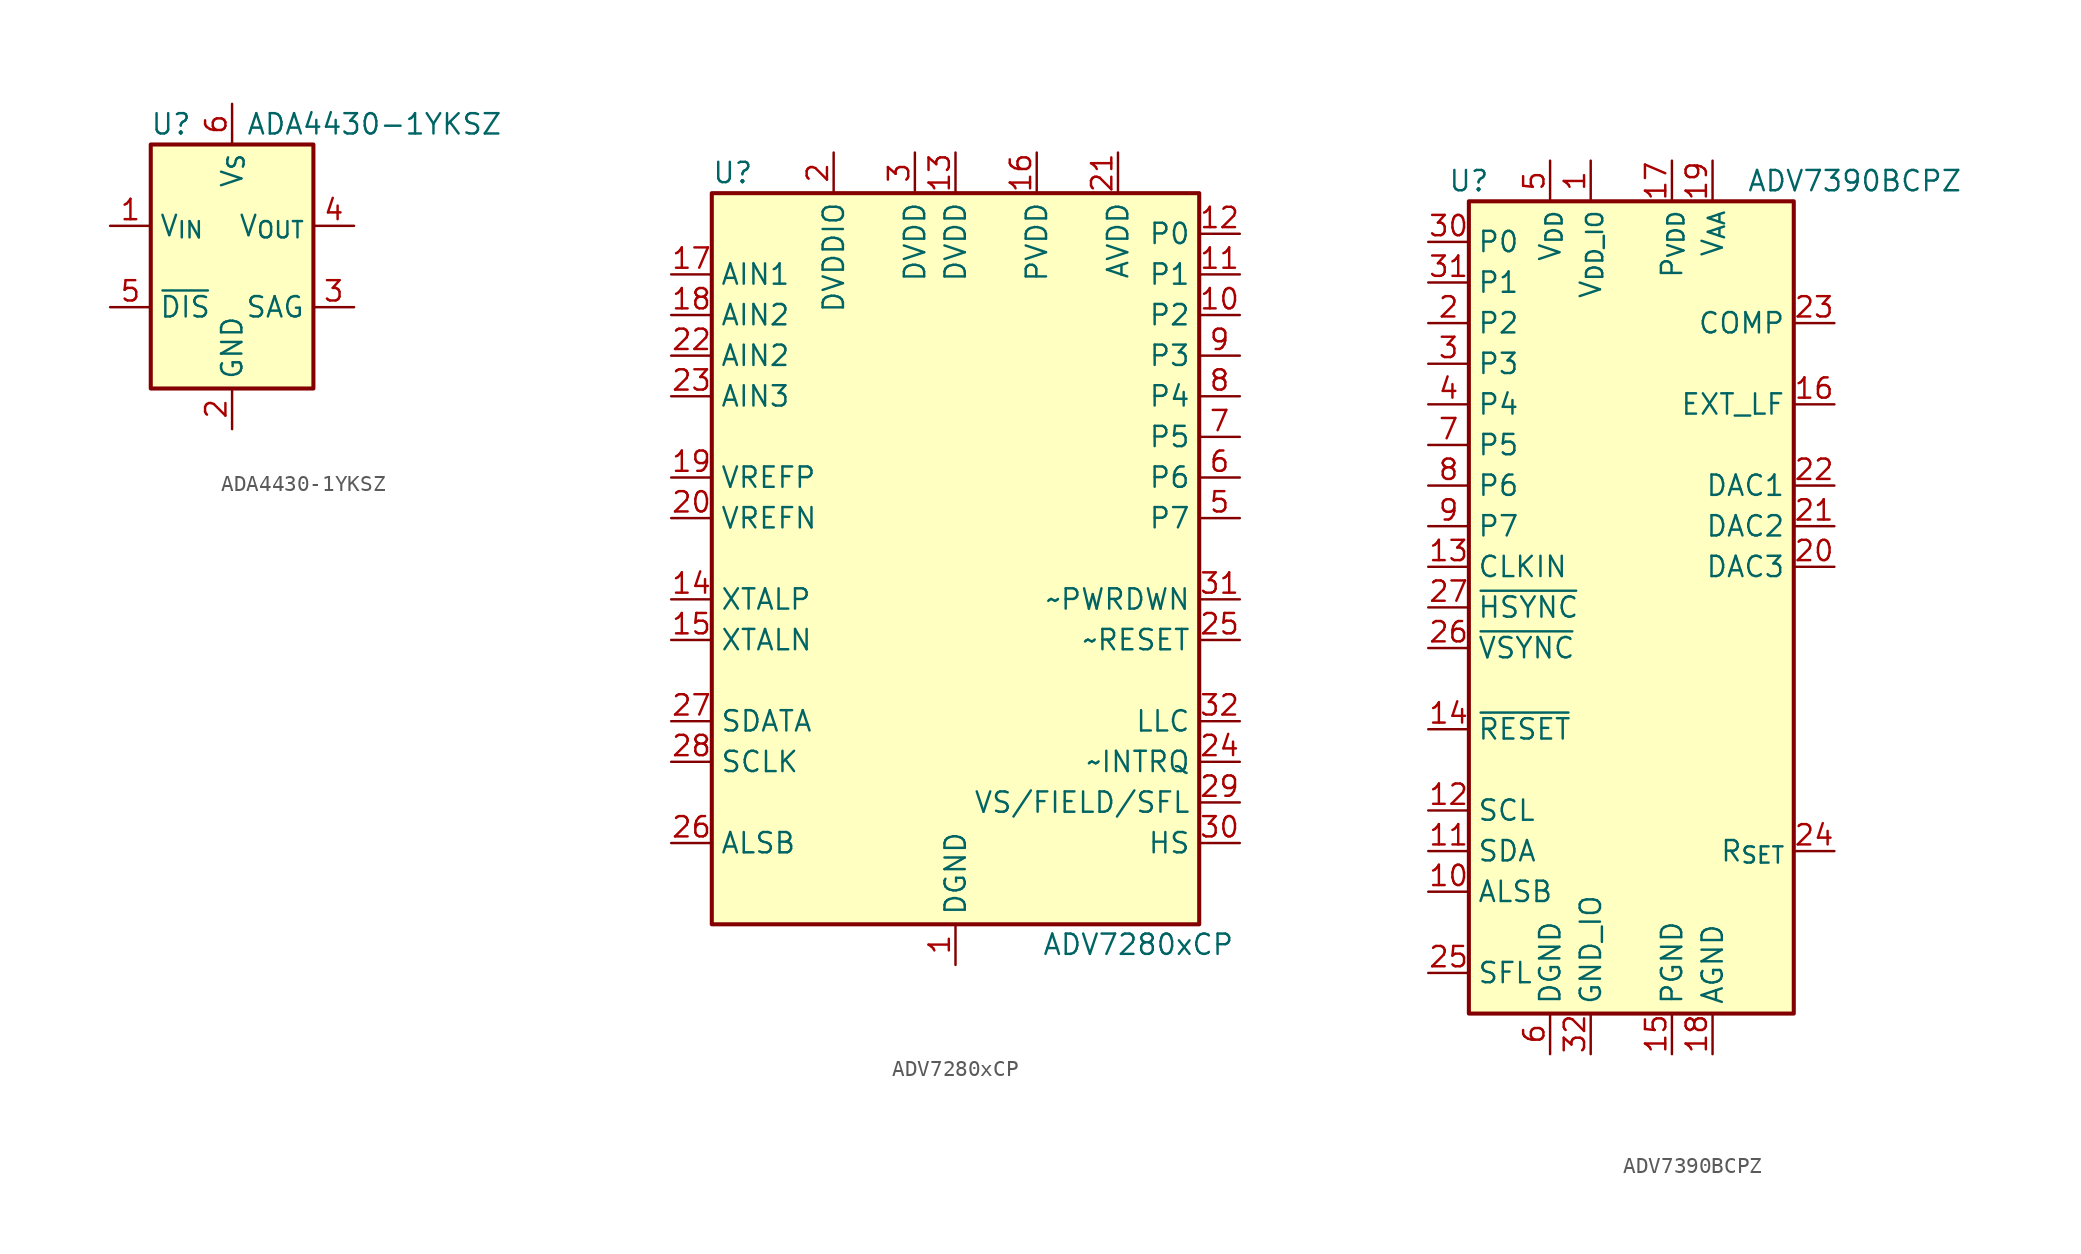
<source format=kicad_sym>
(kicad_symbol_lib
  (version 20211014)
  (generator kicad_symbol_editor)
  (symbol "ADA4430-1YKSZ"
    (property "Reference" "U"
      (at -3.81 8.89 0)
      (effects (font (size 1.27 1.27))))
    (property "Value" "ADA4430-1YKSZ"
      (at 8.89 8.89 0)
      (effects (font (size 1.27 1.27))))
    (symbol "ADA4430-1YKSZ_0_1"
      (rectangle (start -5.08 7.62) (end 5.08 -7.62) (stroke (width 0.254) (type default) (color 0 0 0 0)) (fill (type background))))
    (symbol "ADA4430-1YKSZ_1_1"
      (pin input line (at -7.62 2.54 0) (length 2.54) (name "V_{IN}" (effects (font (size 1.27 1.27)))) (number "1" (effects (font (size 1.27 1.27)))))
      (pin power_in line (at 0 -10.16 90) (length 2.54) (name "GND" (effects (font (size 1.27 1.27)))) (number "2" (effects (font (size 1.27 1.27)))))
      (pin input line (at 7.62 -2.54 180) (length 2.54) (name "SAG" (effects (font (size 1.27 1.27)))) (number "3" (effects (font (size 1.27 1.27)))))
      (pin output line (at 7.62 2.54 180) (length 2.54) (name "V_{OUT}" (effects (font (size 1.27 1.27)))) (number "4" (effects (font (size 1.27 1.27)))))
      (pin input line (at -7.62 -2.54 0) (length 2.54) (name "~{DIS}" (effects (font (size 1.27 1.27)))) (number "5" (effects (font (size 1.27 1.27)))))
      (pin power_in line (at 0 10.16 270) (length 2.54) (name "V_{S}" (effects (font (size 1.27 1.27)))) (number "6" (effects (font (size 1.27 1.27)))))))
  (symbol "ADV7280xCP"
    (property "Reference" "U"
      (at -15.24 24.13 0)
      (effects (font (size 1.27 1.27)) (justify left)))
    (property "Value" "ADV7280xCP"
      (at 11.43 -24.13 0)
      (effects (font (size 1.27 1.27))))
    (symbol "ADV7280xCP_0_1"
      (rectangle (start -15.24 22.86) (end 15.24 -22.86) (stroke (width 0.254) (type default) (color 0 0 0 0)) (fill (type background))))
    (symbol "ADV7280xCP_1_1"
      (pin power_in line (at 0 -25.4 90) (length 2.54) (name "DGND" (effects (font (size 1.27 1.27)))) (number "1" (effects (font (size 1.27 1.27)))))
      (pin output line (at 17.78 15.24 180) (length 2.54) (name "P2" (effects (font (size 1.27 1.27)))) (number "10" (effects (font (size 1.27 1.27)))))
      (pin output line (at 17.78 17.78 180) (length 2.54) (name "P1" (effects (font (size 1.27 1.27)))) (number "11" (effects (font (size 1.27 1.27)))))
      (pin output line (at 17.78 20.32 180) (length 2.54) (name "P0" (effects (font (size 1.27 1.27)))) (number "12" (effects (font (size 1.27 1.27)))))
      (pin power_in line (at 0 25.4 270) (length 2.54) (name "DVDD" (effects (font (size 1.27 1.27)))) (number "13" (effects (font (size 1.27 1.27)))))
      (pin output line (at -17.78 -2.54 0) (length 2.54) (name "XTALP" (effects (font (size 1.27 1.27)))) (number "14" (effects (font (size 1.27 1.27)))))
      (pin input line (at -17.78 -5.08 0) (length 2.54) (name "XTALN" (effects (font (size 1.27 1.27)))) (number "15" (effects (font (size 1.27 1.27)))))
      (pin power_in line (at 5.08 25.4 270) (length 2.54) (name "PVDD" (effects (font (size 1.27 1.27)))) (number "16" (effects (font (size 1.27 1.27)))))
      (pin input line (at -17.78 17.78 0) (length 2.54) (name "AIN1" (effects (font (size 1.27 1.27)))) (number "17" (effects (font (size 1.27 1.27)))))
      (pin input line (at -17.78 15.24 0) (length 2.54) (name "AIN2" (effects (font (size 1.27 1.27)))) (number "18" (effects (font (size 1.27 1.27)))))
      (pin output line (at -17.78 5.08 0) (length 2.54) (name "VREFP" (effects (font (size 1.27 1.27)))) (number "19" (effects (font (size 1.27 1.27)))))
      (pin power_in line (at -7.62 25.4 270) (length 2.54) (name "DVDDIO" (effects (font (size 1.27 1.27)))) (number "2" (effects (font (size 1.27 1.27)))))
      (pin output line (at -17.78 2.54 0) (length 2.54) (name "VREFN" (effects (font (size 1.27 1.27)))) (number "20" (effects (font (size 1.27 1.27)))))
      (pin power_in line (at 10.16 25.4 270) (length 2.54) (name "AVDD" (effects (font (size 1.27 1.27)))) (number "21" (effects (font (size 1.27 1.27)))))
      (pin input line (at -17.78 12.7 0) (length 2.54) (name "AIN2" (effects (font (size 1.27 1.27)))) (number "22" (effects (font (size 1.27 1.27)))))
      (pin input line (at -17.78 10.16 0) (length 2.54) (name "AIN3" (effects (font (size 1.27 1.27)))) (number "23" (effects (font (size 1.27 1.27)))))
      (pin output line (at 17.78 -12.7 180) (length 2.54) (name "~INTRQ" (effects (font (size 1.27 1.27)))) (number "24" (effects (font (size 1.27 1.27)))))
      (pin input line (at 17.78 -5.08 180) (length 2.54) (name "~RESET" (effects (font (size 1.27 1.27)))) (number "25" (effects (font (size 1.27 1.27)))))
      (pin input line (at -17.78 -17.78 0) (length 2.54) (name "ALSB" (effects (font (size 1.27 1.27)))) (number "26" (effects (font (size 1.27 1.27)))))
      (pin bidirectional line (at -17.78 -10.16 0) (length 2.54) (name "SDATA" (effects (font (size 1.27 1.27)))) (number "27" (effects (font (size 1.27 1.27)))))
      (pin input line (at -17.78 -12.7 0) (length 2.54) (name "SCLK" (effects (font (size 1.27 1.27)))) (number "28" (effects (font (size 1.27 1.27)))))
      (pin output line (at 17.78 -15.24 180) (length 2.54) (name "VS/FIELD/SFL" (effects (font (size 1.27 1.27)))) (number "29" (effects (font (size 1.27 1.27)))))
      (pin power_in line (at -2.54 25.4 270) (length 2.54) (name "DVDD" (effects (font (size 1.27 1.27)))) (number "3" (effects (font (size 1.27 1.27)))))
      (pin output line (at 17.78 -17.78 180) (length 2.54) (name "HS" (effects (font (size 1.27 1.27)))) (number "30" (effects (font (size 1.27 1.27)))))
      (pin input line (at 17.78 -2.54 180) (length 2.54) (name "~PWRDWN" (effects (font (size 1.27 1.27)))) (number "31" (effects (font (size 1.27 1.27)))))
      (pin output line (at 17.78 -10.16 180) (length 2.54) (name "LLC" (effects (font (size 1.27 1.27)))) (number "32" (effects (font (size 1.27 1.27)))))
      (pin passive line (at 0 -25.4 90) (length 2.54) hide (name "DGND" (effects (font (size 1.27 1.27)))) (number "33" (effects (font (size 1.27 1.27)))))
      (pin passive line (at 0 -25.4 90) (length 2.54) hide (name "DGND" (effects (font (size 1.27 1.27)))) (number "4" (effects (font (size 1.27 1.27)))))
      (pin output line (at 17.78 2.54 180) (length 2.54) (name "P7" (effects (font (size 1.27 1.27)))) (number "5" (effects (font (size 1.27 1.27)))))
      (pin output line (at 17.78 5.08 180) (length 2.54) (name "P6" (effects (font (size 1.27 1.27)))) (number "6" (effects (font (size 1.27 1.27)))))
      (pin output line (at 17.78 7.62 180) (length 2.54) (name "P5" (effects (font (size 1.27 1.27)))) (number "7" (effects (font (size 1.27 1.27)))))
      (pin output line (at 17.78 10.16 180) (length 2.54) (name "P4" (effects (font (size 1.27 1.27)))) (number "8" (effects (font (size 1.27 1.27)))))
      (pin output line (at 17.78 12.7 180) (length 2.54) (name "P3" (effects (font (size 1.27 1.27)))) (number "9" (effects (font (size 1.27 1.27)))))))
  (symbol "ADV7390BCPZ"
    (property "Reference" "U"
      (at -10.16 26.67 0)
      (effects (font (size 1.27 1.27))))
    (property "Value" "ADV7390BCPZ"
      (at 13.97 26.67 0)
      (effects (font (size 1.27 1.27))))
    (symbol "ADV7390BCPZ_0_1"
      (rectangle (start -10.16 25.4) (end 10.16 -25.4) (stroke (width 0.254) (type default) (color 0 0 0 0)) (fill (type background))))
    (symbol "ADV7390BCPZ_1_1"
      (pin power_in line (at -2.54 27.94 270) (length 2.54) (name "V_{DD_IO}" (effects (font (size 1.27 1.27)))) (number "1" (effects (font (size 1.27 1.27)))))
      (pin input line (at -12.7 -17.78 0) (length 2.54) (name "ALSB" (effects (font (size 1.27 1.27)))) (number "10" (effects (font (size 1.27 1.27)))))
      (pin bidirectional line (at -12.7 -15.24 0) (length 2.54) (name "SDA" (effects (font (size 1.27 1.27)))) (number "11" (effects (font (size 1.27 1.27)))))
      (pin input line (at -12.7 -12.7 0) (length 2.54) (name "SCL" (effects (font (size 1.27 1.27)))) (number "12" (effects (font (size 1.27 1.27)))))
      (pin input line (at -12.7 2.54 0) (length 2.54) (name "CLKIN" (effects (font (size 1.27 1.27)))) (number "13" (effects (font (size 1.27 1.27)))))
      (pin input line (at -12.7 -7.62 0) (length 2.54) (name "~{RESET}" (effects (font (size 1.27 1.27)))) (number "14" (effects (font (size 1.27 1.27)))))
      (pin power_in line (at 2.54 -27.94 90) (length 2.54) (name "PGND" (effects (font (size 1.27 1.27)))) (number "15" (effects (font (size 1.27 1.27)))))
      (pin passive line (at 12.7 12.7 180) (length 2.54) (name "EXT_LF" (effects (font (size 1.27 1.27)))) (number "16" (effects (font (size 1.27 1.27)))))
      (pin power_in line (at 2.54 27.94 270) (length 2.54) (name "P_{VDD}" (effects (font (size 1.27 1.27)))) (number "17" (effects (font (size 1.27 1.27)))))
      (pin power_in line (at 5.08 -27.94 90) (length 2.54) (name "AGND" (effects (font (size 1.27 1.27)))) (number "18" (effects (font (size 1.27 1.27)))))
      (pin power_in line (at 5.08 27.94 270) (length 2.54) (name "V_{AA}" (effects (font (size 1.27 1.27)))) (number "19" (effects (font (size 1.27 1.27)))))
      (pin input line (at -12.7 17.78 0) (length 2.54) (name "P2" (effects (font (size 1.27 1.27)))) (number "2" (effects (font (size 1.27 1.27)))))
      (pin output line (at 12.7 2.54 180) (length 2.54) (name "DAC3" (effects (font (size 1.27 1.27)))) (number "20" (effects (font (size 1.27 1.27)))))
      (pin output line (at 12.7 5.08 180) (length 2.54) (name "DAC2" (effects (font (size 1.27 1.27)))) (number "21" (effects (font (size 1.27 1.27)))))
      (pin output line (at 12.7 7.62 180) (length 2.54) (name "DAC1" (effects (font (size 1.27 1.27)))) (number "22" (effects (font (size 1.27 1.27)))))
      (pin output line (at 12.7 17.78 180) (length 2.54) (name "COMP" (effects (font (size 1.27 1.27)))) (number "23" (effects (font (size 1.27 1.27)))))
      (pin input line (at 12.7 -15.24 180) (length 2.54) (name "R_{SET}" (effects (font (size 1.27 1.27)))) (number "24" (effects (font (size 1.27 1.27)))))
      (pin input line (at -12.7 -22.86 0) (length 2.54) (name "SFL" (effects (font (size 1.27 1.27)))) (number "25" (effects (font (size 1.27 1.27)))))
      (pin bidirectional line (at -12.7 -2.54 0) (length 2.54) (name "~{VSYNC}" (effects (font (size 1.27 1.27)))) (number "26" (effects (font (size 1.27 1.27)))))
      (pin bidirectional line (at -12.7 0 0) (length 2.54) (name "~{HSYNC}" (effects (font (size 1.27 1.27)))) (number "27" (effects (font (size 1.27 1.27)))))
      (pin passive line (at -5.08 27.94 270) (length 2.54) hide (name "V_{DD}" (effects (font (size 1.27 1.27)))) (number "28" (effects (font (size 1.27 1.27)))))
      (pin passive line (at -5.08 -27.94 90) (length 2.54) hide (name "DGND" (effects (font (size 1.27 1.27)))) (number "29" (effects (font (size 1.27 1.27)))))
      (pin input line (at -12.7 15.24 0) (length 2.54) (name "P3" (effects (font (size 1.27 1.27)))) (number "3" (effects (font (size 1.27 1.27)))))
      (pin input line (at -12.7 22.86 0) (length 2.54) (name "P0" (effects (font (size 1.27 1.27)))) (number "30" (effects (font (size 1.27 1.27)))))
      (pin input line (at -12.7 20.32 0) (length 2.54) (name "P1" (effects (font (size 1.27 1.27)))) (number "31" (effects (font (size 1.27 1.27)))))
      (pin power_in line (at -2.54 -27.94 90) (length 2.54) (name "GND_IO" (effects (font (size 1.27 1.27)))) (number "32" (effects (font (size 1.27 1.27)))))
      (pin passive line (at 5.08 -27.94 90) (length 2.54) hide (name "AGND" (effects (font (size 1.27 1.27)))) (number "33" (effects (font (size 1.27 1.27)))))
      (pin input line (at -12.7 12.7 0) (length 2.54) (name "P4" (effects (font (size 1.27 1.27)))) (number "4" (effects (font (size 1.27 1.27)))))
      (pin power_in line (at -5.08 27.94 270) (length 2.54) (name "V_{DD}" (effects (font (size 1.27 1.27)))) (number "5" (effects (font (size 1.27 1.27)))))
      (pin power_in line (at -5.08 -27.94 90) (length 2.54) (name "DGND" (effects (font (size 1.27 1.27)))) (number "6" (effects (font (size 1.27 1.27)))))
      (pin input line (at -12.7 10.16 0) (length 2.54) (name "P5" (effects (font (size 1.27 1.27)))) (number "7" (effects (font (size 1.27 1.27)))))
      (pin input line (at -12.7 7.62 0) (length 2.54) (name "P6" (effects (font (size 1.27 1.27)))) (number "8" (effects (font (size 1.27 1.27)))))
      (pin input line (at -12.7 5.08 0) (length 2.54) (name "P7" (effects (font (size 1.27 1.27)))) (number "9" (effects (font (size 1.27 1.27))))))))
</source>
